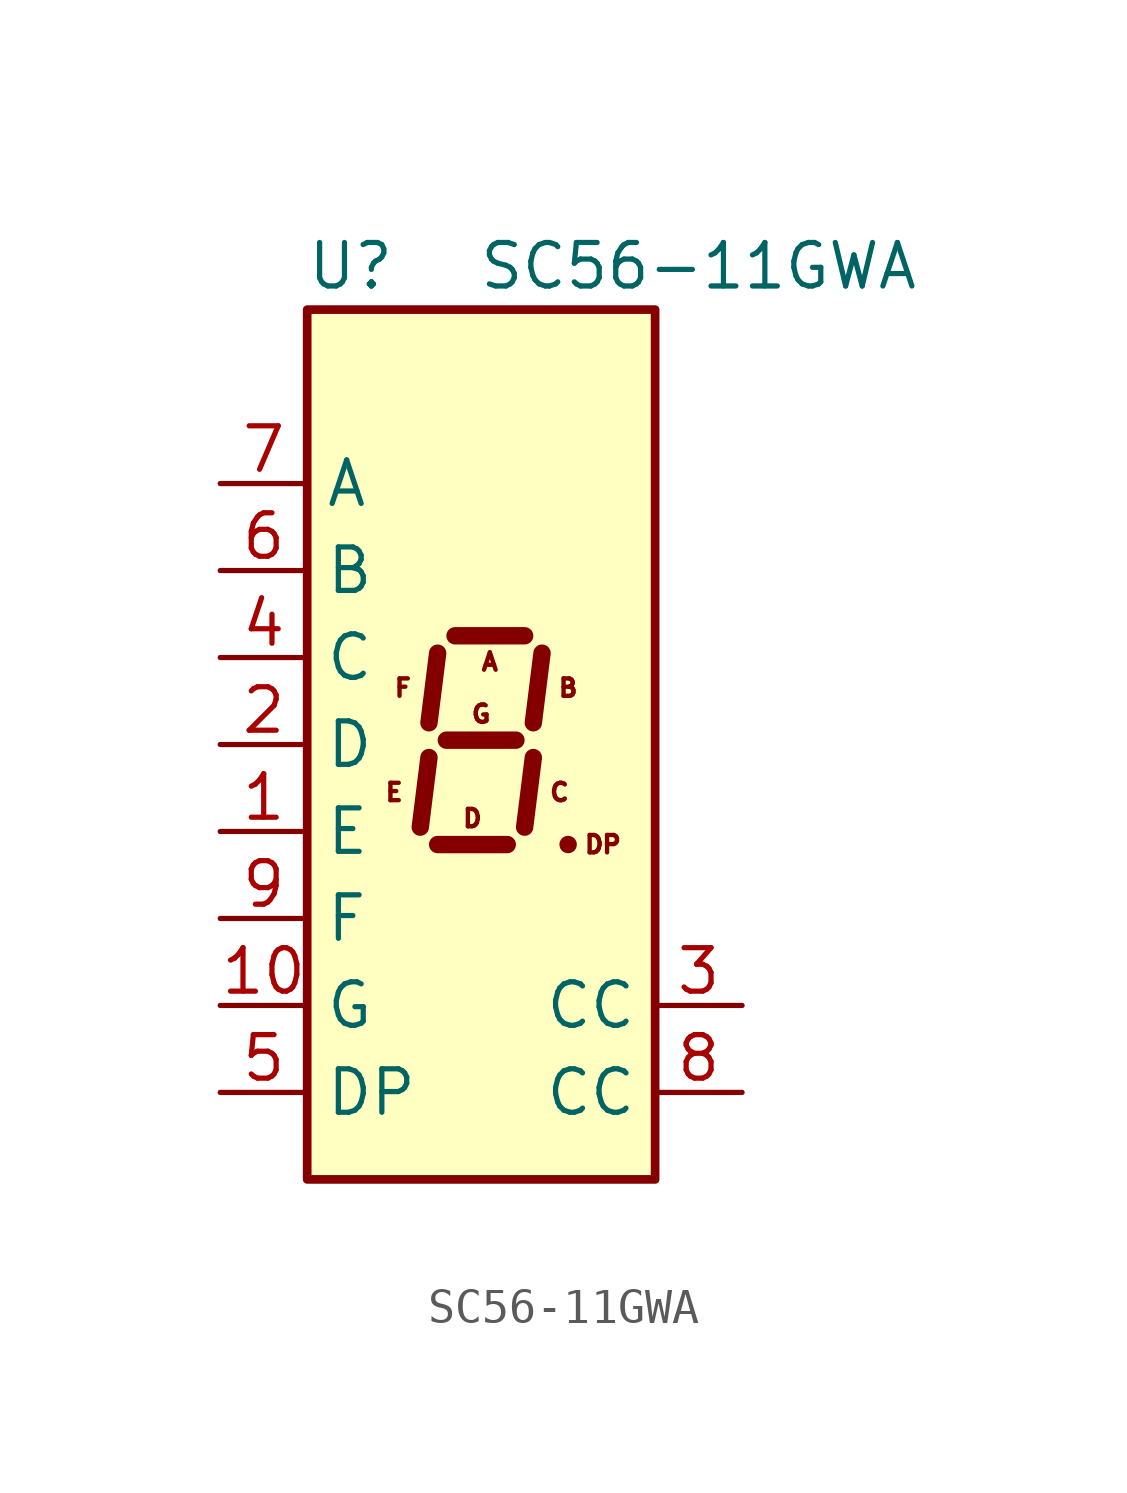
<source format=kicad_sym>
(kicad_symbol_lib
  (version 20231120)
  (generator "kicad_symbol_editor")
  (generator_version "8.0")
  (symbol "SC56-11GWA"
    (property "Reference" "U"
      (at -3.81 13.97 0)
      (effects (font (size 1.27 1.27))))
    (property "Value" "SC56-11GWA"
      (at 6.35 13.97 0)
      (effects (font (size 1.27 1.27))))
    (symbol "SC56-11GWA_1_0"
      (text "A" (at 0.254 2.413 0) (effects (font (size 0.508 0.508))))
      (text "B" (at 2.54 1.651 0) (effects (font (size 0.508 0.508))))
      (text "C" (at 2.286 -1.397 0) (effects (font (size 0.508 0.508))))
      (text "D" (at -0.254 -2.159 0) (effects (font (size 0.508 0.508))))
      (text "DP" (at 3.556 -2.921 0) (effects (font (size 0.508 0.508))))
      (text "E" (at -2.54 -1.397 0) (effects (font (size 0.508 0.508))))
      (text "F" (at -2.286 1.651 0) (effects (font (size 0.508 0.508))))
      (text "G" (at 0 0.889 0) (effects (font (size 0.508 0.508)))))
    (symbol "SC56-11GWA_1_1"
      (rectangle (start -5.08 12.7) (end 5.08 -12.7) (stroke (width 0.254) (type default)) (fill (type background)))
      (polyline (pts (xy -1.524 -0.381) (xy -1.778 -2.413)) (stroke (width 0.508) (type default)) (fill (type none)))
      (polyline (pts (xy -1.27 -2.921) (xy 0.762 -2.921)) (stroke (width 0.508) (type default)) (fill (type none)))
      (polyline (pts (xy -1.27 2.667) (xy -1.524 0.635)) (stroke (width 0.508) (type default)) (fill (type none)))
      (polyline (pts (xy -1.016 0.127) (xy 1.016 0.127)) (stroke (width 0.508) (type default)) (fill (type none)))
      (polyline (pts (xy -0.762 3.175) (xy 1.27 3.175)) (stroke (width 0.508) (type default)) (fill (type none)))
      (polyline (pts (xy 1.524 -0.381) (xy 1.27 -2.413)) (stroke (width 0.508) (type default)) (fill (type none)))
      (polyline (pts (xy 1.778 2.667) (xy 1.524 0.635)) (stroke (width 0.508) (type default)) (fill (type none)))
      (polyline (pts (xy 2.54 -2.921) (xy 2.54 -2.921)) (stroke (width 0.508) (type default)) (fill (type none)))
      (pin input line (at -7.62 -2.54 0) (length 2.54) (name "E" (effects (font (size 1.27 1.27)))) (number "1" (effects (font (size 1.27 1.27)))))
      (pin input line (at -7.62 -7.62 0) (length 2.54) (name "G" (effects (font (size 1.27 1.27)))) (number "10" (effects (font (size 1.27 1.27)))))
      (pin input line (at -7.62 0 0) (length 2.54) (name "D" (effects (font (size 1.27 1.27)))) (number "2" (effects (font (size 1.27 1.27)))))
      (pin input line (at 7.62 -7.62 180) (length 2.54) (name "CC" (effects (font (size 1.27 1.27)))) (number "3" (effects (font (size 1.27 1.27)))))
      (pin input line (at -7.62 2.54 0) (length 2.54) (name "C" (effects (font (size 1.27 1.27)))) (number "4" (effects (font (size 1.27 1.27)))))
      (pin input line (at -7.62 -10.16 0) (length 2.54) (name "DP" (effects (font (size 1.27 1.27)))) (number "5" (effects (font (size 1.27 1.27)))))
      (pin input line (at -7.62 5.08 0) (length 2.54) (name "B" (effects (font (size 1.27 1.27)))) (number "6" (effects (font (size 1.27 1.27)))))
      (pin input line (at -7.62 7.62 0) (length 2.54) (name "A" (effects (font (size 1.27 1.27)))) (number "7" (effects (font (size 1.27 1.27)))))
      (pin input line (at 7.62 -10.16 180) (length 2.54) (name "CC" (effects (font (size 1.27 1.27)))) (number "8" (effects (font (size 1.27 1.27)))))
      (pin input line (at -7.62 -5.08 0) (length 2.54) (name "F" (effects (font (size 1.27 1.27)))) (number "9" (effects (font (size 1.27 1.27))))))))
</source>
